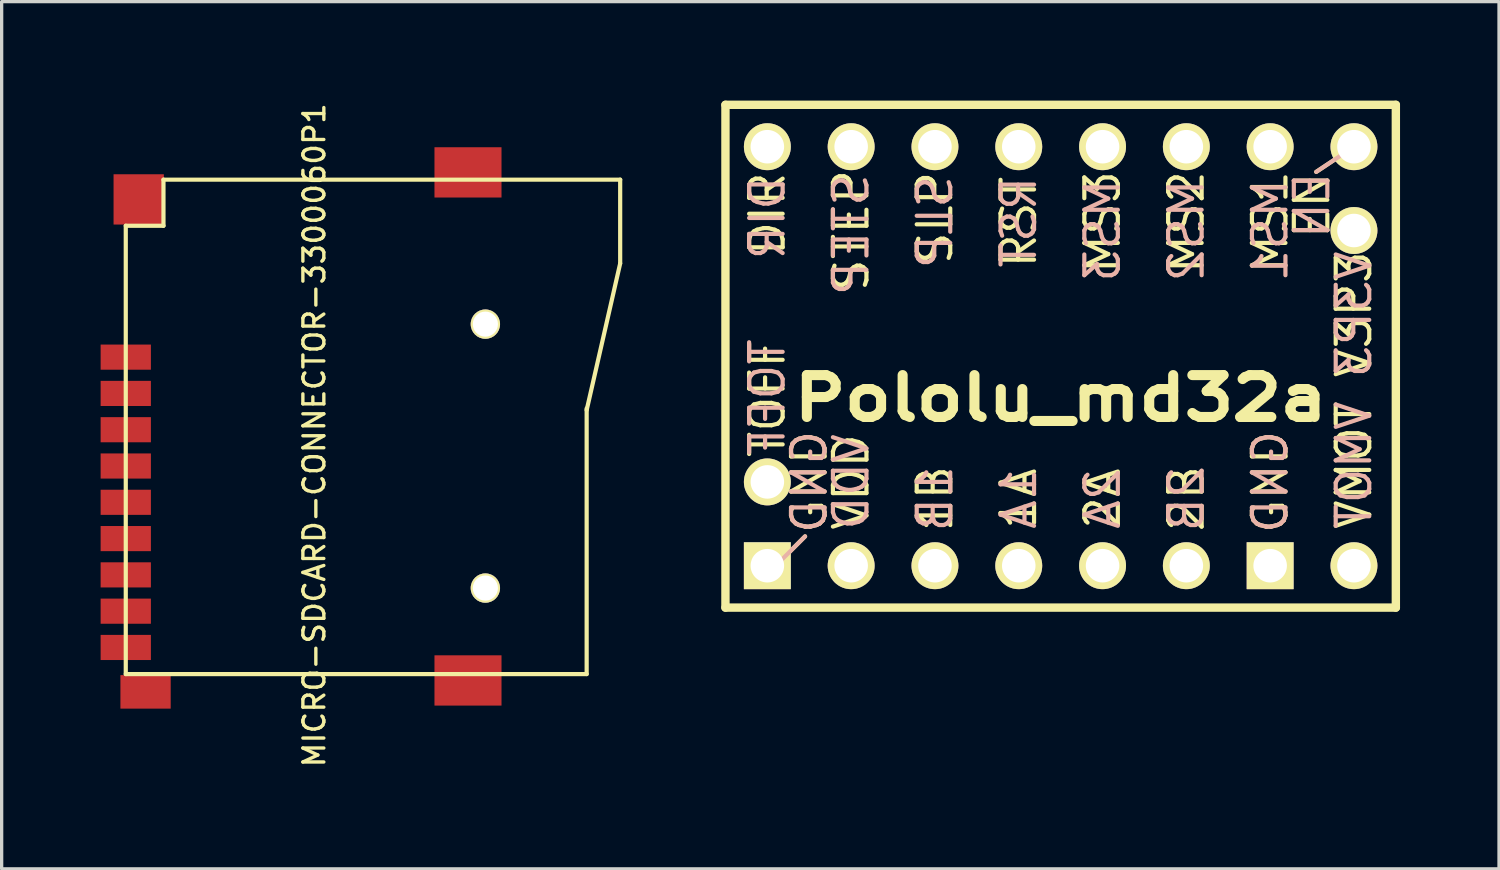
<source format=kicad_pcb>
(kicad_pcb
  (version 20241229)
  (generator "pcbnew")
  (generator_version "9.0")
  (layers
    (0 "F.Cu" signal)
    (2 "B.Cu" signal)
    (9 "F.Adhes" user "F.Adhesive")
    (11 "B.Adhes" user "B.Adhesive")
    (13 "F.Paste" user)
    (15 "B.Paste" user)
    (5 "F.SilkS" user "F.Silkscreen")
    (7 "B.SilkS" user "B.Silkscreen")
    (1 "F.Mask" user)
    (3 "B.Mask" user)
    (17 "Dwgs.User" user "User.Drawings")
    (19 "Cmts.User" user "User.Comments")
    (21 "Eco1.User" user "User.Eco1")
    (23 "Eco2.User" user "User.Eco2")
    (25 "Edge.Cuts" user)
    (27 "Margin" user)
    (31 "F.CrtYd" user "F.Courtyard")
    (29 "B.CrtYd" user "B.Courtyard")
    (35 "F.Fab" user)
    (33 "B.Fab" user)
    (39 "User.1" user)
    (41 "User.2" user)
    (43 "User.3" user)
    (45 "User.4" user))
  (footprint "MICRO-SDCARD-CONNECTOR-3300060P1"
    (layer "F.Cu")
    (at 8.255 9.889)
    (property "Reference" "MICRO-SDCARD-CONNECTOR-3300060P1" (at -1.778 0.254 90) (layer "F.SilkS") (effects (font (size 0.635 0.635) (thickness 0.102))))
    (attr smd)
    (fp_line (start -7.493 -6.096) (end -6.35 -6.096) (stroke (width 0.127) (type solid)) (layer "F.SilkS"))
    (fp_line (start -7.493 7.493) (end -7.493 -6.096) (stroke (width 0.127) (type solid)) (layer "F.SilkS"))
    (fp_line (start -7.493 7.493) (end 6.477 7.493) (stroke (width 0.127) (type solid)) (layer "F.SilkS"))
    (fp_line (start -6.35 -7.493) (end 7.493 -7.493) (stroke (width 0.127) (type solid)) (layer "F.SilkS"))
    (fp_line (start -6.35 -6.096) (end -6.35 -7.493) (stroke (width 0.127) (type solid)) (layer "F.SilkS"))
    (fp_line (start 6.477 7.493) (end 6.477 -0.559) (stroke (width 0.127) (type solid)) (layer "F.SilkS"))
    (fp_line (start 7.493 -7.493) (end 7.493 -4.962) (stroke (width 0.127) (type solid)) (layer "F.SilkS"))
    (fp_line (start 7.493 -4.953) (end 6.477 -0.508) (stroke (width 0.127) (type solid)) (layer "F.SilkS"))
    (pad "" thru_hole circle (at 3.407 -3.114) (size 0.889 0.889) (drill 0.762) (layers "*.Cu" "*.Mask" "F.SilkS"))
    (pad "" thru_hole circle (at 3.407 4.886) (size 0.889 0.889) (drill 0.762) (layers "*.Cu" "*.Mask" "F.SilkS"))
    (pad "1" smd rect (at -7.493 -2.114) (size 1.524 0.762) (layers "F.Cu" "F.Mask" "F.Paste"))
    (pad "2" smd rect (at -7.493 -1.014) (size 1.524 0.762) (layers "F.Cu" "F.Mask" "F.Paste"))
    (pad "3" smd rect (at -7.493 0.086) (size 1.524 0.762) (layers "F.Cu" "F.Mask" "F.Paste"))
    (pad "4" smd rect (at -7.493 1.186) (size 1.524 0.762) (layers "F.Cu" "F.Mask" "F.Paste"))
    (pad "5" smd rect (at -7.493 2.286) (size 1.524 0.762) (layers "F.Cu" "F.Mask" "F.Paste"))
    (pad "6" smd rect (at -7.493 3.386) (size 1.524 0.762) (layers "F.Cu" "F.Mask" "F.Paste"))
    (pad "7" smd rect (at -7.493 4.486) (size 1.524 0.762) (layers "F.Cu" "F.Mask" "F.Paste"))
    (pad "8" smd rect (at -7.493 5.586) (size 1.524 0.762) (layers "F.Cu" "F.Mask" "F.Paste"))
    (pad "9" smd rect (at -7.493 6.686) (size 1.524 0.762) (layers "F.Cu" "F.Mask" "F.Paste"))
    (pad "G1" smd rect (at -6.893 8.032) (size 1.524 1.016) (layers "F.Cu" "F.Mask" "F.Paste"))
    (pad "G2" smd rect (at 2.88 7.686) (size 2.032 1.524) (layers "F.Cu" "F.Mask" "F.Paste"))
    (pad "G3" smd rect (at 2.88 -7.714) (size 2.032 1.524) (layers "F.Cu" "F.Mask" "F.Paste"))
    (pad "G4" smd rect (at -7.101 -6.895) (size 1.524 1.524) (layers "F.Cu" "F.Mask" "F.Paste")))
  (footprint "Pololu_md32a"
    (layer "F.Cu")
    (at 29.099 7.747)
    (property "Reference" "Pololu_md32a" (at 0 1.27 0) (layer "F.SilkS") (effects (font (size 1.27 1.524) (thickness 0.305))))
    (attr through_hole)
    (fp_line (start -10.16 -7.62) (end 10.16 -7.62) (stroke (width 0.254) (type solid)) (layer "F.SilkS"))
    (fp_line (start -10.16 7.62) (end -10.16 -7.62) (stroke (width 0.254) (type solid)) (layer "F.SilkS"))
    (fp_line (start -8.636 6.35) (end -7.747 5.461) (stroke (width 0.127) (type solid)) (layer "F.SilkS"))
    (fp_line (start 8.89 -6.35) (end 7.747 -5.588) (stroke (width 0.127) (type solid)) (layer "F.SilkS"))
    (fp_line (start 10.16 -7.62) (end 10.16 7.62) (stroke (width 0.254) (type solid)) (layer "F.SilkS"))
    (fp_line (start 10.16 7.62) (end -10.16 7.62) (stroke (width 0.254) (type solid)) (layer "F.SilkS"))
    (fp_line (start -8.636 6.35) (end -7.747 5.461) (stroke (width 0.127) (type solid)) (layer "B.SilkS"))
    (fp_line (start 8.89 -6.35) (end 7.747 -5.588) (stroke (width 0.127) (type solid)) (layer "B.SilkS"))
    (fp_text user "2B" (at 3.81 4.318 90) (layer "F.SilkS") (effects (font (size 1.016 1.016) (thickness 0.127))))
    (fp_text user "MS2" (at 3.81 -4.064 90) (layer "F.SilkS") (effects (font (size 1.016 1.016) (thickness 0.127))))
    (fp_text user "VMOT" (at 8.89 3.302 90) (layer "F.SilkS") (effects (font (size 1.016 1.016) (thickness 0.127))))
    (fp_text user "MS3" (at 1.27 -4.064 90) (layer "F.SilkS") (effects (font (size 1.016 1.016) (thickness 0.127))))
    (fp_text user "STEP" (at -6.35 -3.81 90) (layer "F.SilkS") (effects (font (size 1.016 1.016) (thickness 0.127))))
    (fp_text user "V3P3" (at 8.89 -1.27 90) (layer "F.SilkS") (effects (font (size 1.016 1.016) (thickness 0.127))))
    (fp_text user "1A" (at -1.27 4.318 90) (layer "F.SilkS") (effects (font (size 1.016 1.016) (thickness 0.127))))
    (fp_text user "2A" (at 1.27 4.318 90) (layer "F.SilkS") (effects (font (size 1.016 1.016) (thickness 0.127))))
    (fp_text user "RST" (at -1.27 -4.064 90) (layer "F.SilkS") (effects (font (size 1.016 1.016) (thickness 0.127))))
    (fp_text user "EN" (at 7.62 -4.572 90) (layer "F.SilkS") (effects (font (size 1.016 1.016) (thickness 0.127))))
    (fp_text user "DIR" (at -8.89 -4.318 90) (layer "F.SilkS") (effects (font (size 1.016 1.016) (thickness 0.127))))
    (fp_text user "VDD" (at -6.35 3.81 90) (layer "F.SilkS") (effects (font (size 1.016 1.016) (thickness 0.127))))
    (fp_text user "GND" (at 6.35 3.81 90) (layer "F.SilkS") (effects (font (size 1.016 1.016) (thickness 0.127))))
    (fp_text user "MS1" (at 6.35 -4.064 90) (layer "F.SilkS") (effects (font (size 1.016 1.016) (thickness 0.127))))
    (fp_text user "SLP" (at -3.81 -4.191 90) (layer "F.SilkS") (effects (font (size 1.016 1.016) (thickness 0.127))))
    (fp_text user "GND" (at -7.62 3.81 90) (layer "F.SilkS") (effects (font (size 1.016 1.016) (thickness 0.127))))
    (fp_text user "TOFF" (at -8.89 1.27 90) (layer "F.SilkS") (effects (font (size 1.016 1.016) (thickness 0.127))))
    (fp_text user "1B" (at -3.81 4.318 90) (layer "F.SilkS") (effects (font (size 1.016 1.016) (thickness 0.127))))
    (fp_text user "STEP" (at -6.35 -3.683 90) (layer "B.SilkS") (effects (font (size 1.016 1.016) (thickness 0.127)) (justify mirror)))
    (fp_text user "RST" (at -1.27 -4.064 90) (layer "B.SilkS") (effects (font (size 1.016 1.016) (thickness 0.127)) (justify mirror)))
    (fp_text user "1B" (at -3.81 4.318 90) (layer "B.SilkS") (effects (font (size 1.016 1.016) (thickness 0.127)) (justify mirror)))
    (fp_text user "MS2" (at 3.81 -3.81 90) (layer "B.SilkS") (effects (font (size 1.016 1.016) (thickness 0.127)) (justify mirror)))
    (fp_text user "SLP" (at -3.81 -4.064 90) (layer "B.SilkS") (effects (font (size 1.016 1.016) (thickness 0.127)) (justify mirror)))
    (fp_text user "2A" (at 1.27 4.318 90) (layer "B.SilkS") (effects (font (size 1.016 1.016) (thickness 0.127)) (justify mirror)))
    (fp_text user "1A" (at -1.27 4.318 90) (layer "B.SilkS") (effects (font (size 1.016 1.016) (thickness 0.127)) (justify mirror)))
    (fp_text user "V3P3" (at 8.89 -1.27 90) (layer "B.SilkS") (effects (font (size 1.016 1.016) (thickness 0.127)) (justify mirror)))
    (fp_text user "TOFF" (at -8.89 1.27 90) (layer "B.SilkS") (effects (font (size 1.016 1.016) (thickness 0.127)) (justify mirror)))
    (fp_text user "EN" (at 7.62 -4.572 90) (layer "B.SilkS") (effects (font (size 1.016 1.016) (thickness 0.127)) (justify mirror)))
    (fp_text user "VMOT" (at 8.89 3.302 90) (layer "B.SilkS") (effects (font (size 1.016 1.016) (thickness 0.127)) (justify mirror)))
    (fp_text user "VDD" (at -6.35 3.81 90) (layer "B.SilkS") (effects (font (size 1.016 1.016) (thickness 0.127)) (justify mirror)))
    (fp_text user "2B" (at 3.81 4.318 90) (layer "B.SilkS") (effects (font (size 1.016 1.016) (thickness 0.127)) (justify mirror)))
    (fp_text user "MS3" (at 1.27 -3.81 90) (layer "B.SilkS") (effects (font (size 1.016 1.016) (thickness 0.127)) (justify mirror)))
    (fp_text user "DIR" (at -8.89 -4.191 90) (layer "B.SilkS") (effects (font (size 1.016 1.016) (thickness 0.127)) (justify mirror)))
    (fp_text user "GND" (at -7.62 3.81 90) (layer "B.SilkS") (effects (font (size 1.016 1.016) (thickness 0.127)) (justify mirror)))
    (fp_text user "GND" (at 6.35 3.81 90) (layer "B.SilkS") (effects (font (size 1.016 1.016) (thickness 0.127)) (justify mirror)))
    (fp_text user "MS1" (at 6.35 -3.81 90) (layer "B.SilkS") (effects (font (size 1.016 1.016) (thickness 0.127)) (justify mirror)))
    (pad "1" thru_hole rect (at -8.89 6.35) (size 1.422 1.422) (drill 1.016) (layers "*.Cu" "*.Mask" "F.SilkS"))
    (pad "2" thru_hole circle (at -6.35 6.35) (size 1.422 1.422) (drill 1.016) (layers "*.Cu" "*.Mask" "F.SilkS"))
    (pad "3" thru_hole circle (at -3.81 6.35) (size 1.422 1.422) (drill 1.016) (layers "*.Cu" "*.Mask" "F.SilkS"))
    (pad "4" thru_hole circle (at -1.27 6.35) (size 1.422 1.422) (drill 1.016) (layers "*.Cu" "*.Mask" "F.SilkS"))
    (pad "5" thru_hole circle (at 1.27 6.35) (size 1.422 1.422) (drill 1.016) (layers "*.Cu" "*.Mask" "F.SilkS"))
    (pad "6" thru_hole circle (at 3.81 6.35) (size 1.422 1.422) (drill 1.016) (layers "*.Cu" "*.Mask" "F.SilkS"))
    (pad "7" thru_hole rect (at 6.35 6.35) (size 1.422 1.422) (drill 1.016) (layers "*.Cu" "*.Mask" "F.SilkS"))
    (pad "8" thru_hole circle (at 8.89 6.35) (size 1.422 1.422) (drill 1.016) (layers "*.Cu" "*.Mask" "F.SilkS"))
    (pad "9" thru_hole circle (at 8.89 -6.35) (size 1.422 1.422) (drill 1.016) (layers "*.Cu" "*.Mask" "F.SilkS"))
    (pad "10" thru_hole circle (at 6.35 -6.35) (size 1.422 1.422) (drill 1.016) (layers "*.Cu" "*.Mask" "F.SilkS"))
    (pad "11" thru_hole circle (at 3.81 -6.35) (size 1.422 1.422) (drill 1.016) (layers "*.Cu" "*.Mask" "F.SilkS"))
    (pad "12" thru_hole circle (at 1.27 -6.35) (size 1.422 1.422) (drill 1.016) (layers "*.Cu" "*.Mask" "F.SilkS"))
    (pad "13" thru_hole circle (at -1.27 -6.35) (size 1.422 1.422) (drill 1.016) (layers "*.Cu" "*.Mask" "F.SilkS"))
    (pad "14" thru_hole circle (at -3.81 -6.35) (size 1.422 1.422) (drill 1.016) (layers "*.Cu" "*.Mask" "F.SilkS"))
    (pad "15" thru_hole circle (at -6.35 -6.35) (size 1.422 1.422) (drill 1.016) (layers "*.Cu" "*.Mask" "F.SilkS"))
    (pad "16" thru_hole circle (at -8.89 -6.35) (size 1.422 1.422) (drill 1.016) (layers "*.Cu" "*.Mask" "F.SilkS"))
    (pad "17" thru_hole circle (at -8.89 3.81) (size 1.422 1.422) (drill 1.016) (layers "*.Cu" "*.Mask" "F.SilkS"))
    (pad "18" thru_hole circle (at 8.89 -3.81) (size 1.422 1.422) (drill 1.016) (layers "*.Cu" "*.Mask" "F.SilkS")))
  (gr_rect
    (start -3 -3)
    (end 42.386 23.286)
    (stroke (width 0.1) (type default))
    (fill no)
    (layer "Edge.Cuts")))
</source>
